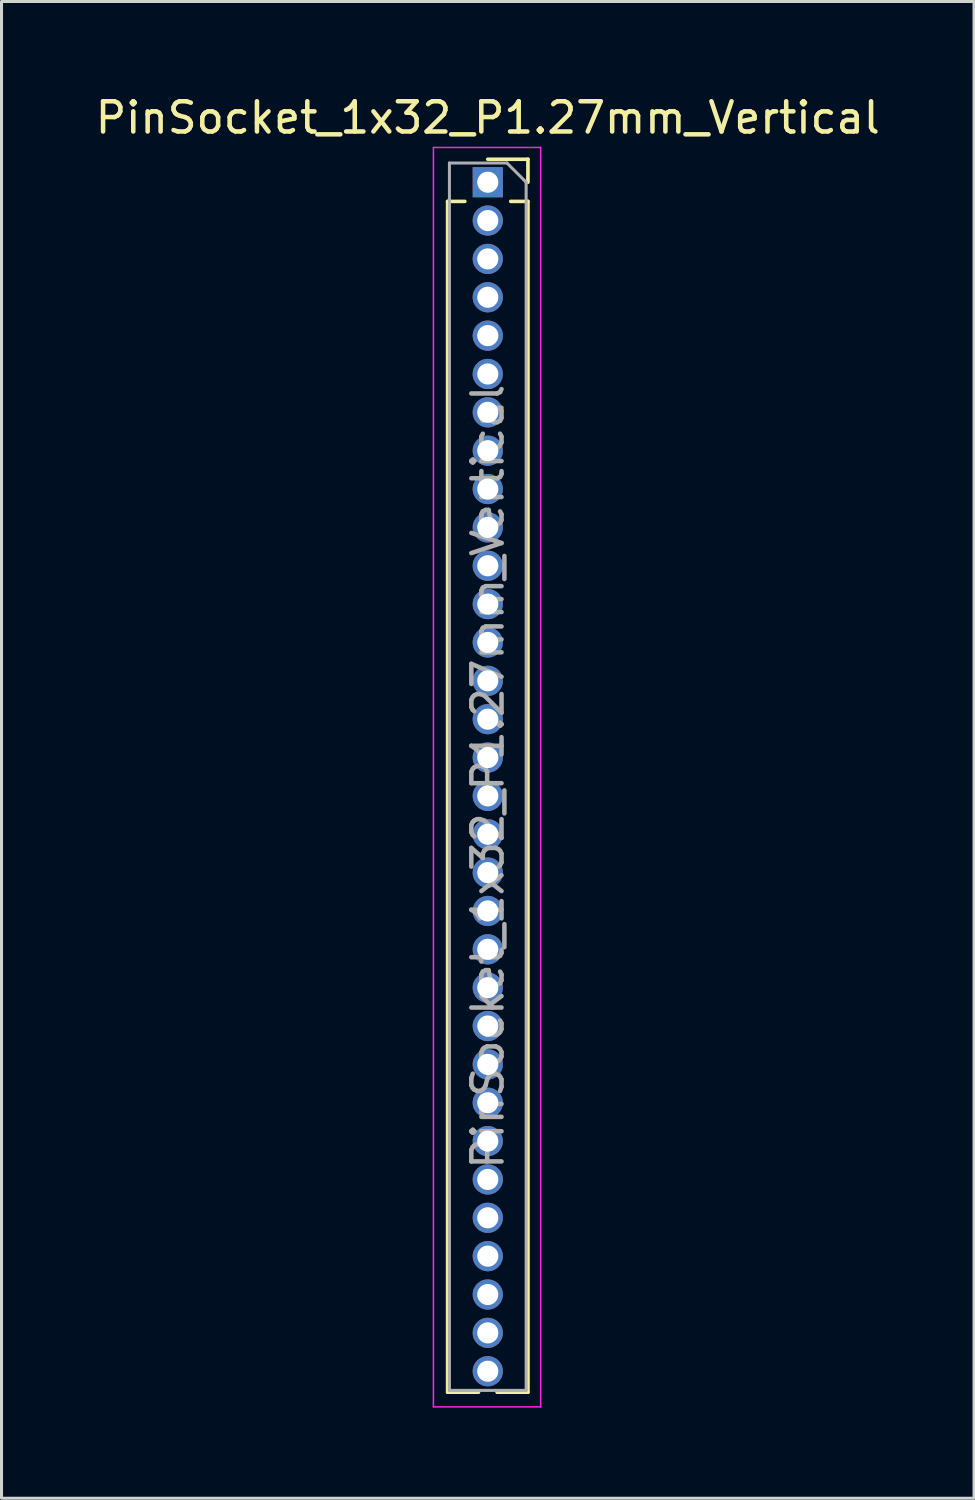
<source format=kicad_pcb>
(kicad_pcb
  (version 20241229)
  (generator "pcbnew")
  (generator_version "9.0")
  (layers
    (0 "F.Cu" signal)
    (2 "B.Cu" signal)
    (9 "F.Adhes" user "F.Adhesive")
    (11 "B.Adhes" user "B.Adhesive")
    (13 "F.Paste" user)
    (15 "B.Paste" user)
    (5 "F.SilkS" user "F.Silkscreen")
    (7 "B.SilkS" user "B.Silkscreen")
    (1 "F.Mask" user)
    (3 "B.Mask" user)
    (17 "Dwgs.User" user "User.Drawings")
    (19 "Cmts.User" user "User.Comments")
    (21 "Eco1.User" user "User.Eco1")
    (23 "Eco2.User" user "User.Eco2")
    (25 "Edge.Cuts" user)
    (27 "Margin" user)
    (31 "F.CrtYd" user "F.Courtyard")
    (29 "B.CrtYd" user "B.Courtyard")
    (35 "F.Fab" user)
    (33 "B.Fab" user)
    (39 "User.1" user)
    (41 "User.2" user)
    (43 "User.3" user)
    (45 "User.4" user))
  (footprint "PinSocket_1x32_P1.27mm_Vertical"
    (layer "F.Cu")
    (at 13.101 2.983)
    (property "Reference" "PinSocket_1x32_P1.27mm_Vertical" (at 0 -2.135 0) (layer "F.SilkS") (effects (font (size 1 1) (thickness 0.15))))
    (attr through_hole)
    (fp_line (start -1.33 0.635) (end -1.33 40.065) (stroke (width 0.12) (type solid)) (layer "F.SilkS"))
    (fp_line (start -1.33 0.635) (end -0.76 0.635) (stroke (width 0.12) (type solid)) (layer "F.SilkS"))
    (fp_line (start -1.33 40.065) (end -0.308 40.065) (stroke (width 0.12) (type solid)) (layer "F.SilkS"))
    (fp_line (start 0 -0.76) (end 1.33 -0.76) (stroke (width 0.12) (type solid)) (layer "F.SilkS"))
    (fp_line (start 0.308 40.065) (end 1.33 40.065) (stroke (width 0.12) (type solid)) (layer "F.SilkS"))
    (fp_line (start 0.76 0.635) (end 1.33 0.635) (stroke (width 0.12) (type solid)) (layer "F.SilkS"))
    (fp_line (start 1.33 -0.76) (end 1.33 0) (stroke (width 0.12) (type solid)) (layer "F.SilkS"))
    (fp_line (start 1.33 0.635) (end 1.33 40.065) (stroke (width 0.12) (type solid)) (layer "F.SilkS"))
    (fp_line (start -1.8 -1.15) (end 1.75 -1.15) (stroke (width 0.05) (type solid)) (layer "F.CrtYd"))
    (fp_line (start -1.8 40.55) (end -1.8 -1.15) (stroke (width 0.05) (type solid)) (layer "F.CrtYd"))
    (fp_line (start 1.75 -1.15) (end 1.75 40.55) (stroke (width 0.05) (type solid)) (layer "F.CrtYd"))
    (fp_line (start 1.75 40.55) (end -1.8 40.55) (stroke (width 0.05) (type solid)) (layer "F.CrtYd"))
    (fp_line (start -1.27 -0.635) (end 0.635 -0.635) (stroke (width 0.1) (type solid)) (layer "F.Fab"))
    (fp_line (start -1.27 40.005) (end -1.27 -0.635) (stroke (width 0.1) (type solid)) (layer "F.Fab"))
    (fp_line (start 0.635 -0.635) (end 1.27 0) (stroke (width 0.1) (type solid)) (layer "F.Fab"))
    (fp_line (start 1.27 0) (end 1.27 40.005) (stroke (width 0.1) (type solid)) (layer "F.Fab"))
    (fp_line (start 1.27 40.005) (end -1.27 40.005) (stroke (width 0.1) (type solid)) (layer "F.Fab"))
    (fp_text user "${REFERENCE}" (at 0 19.685 90) (layer "F.Fab") (effects (font (size 1 1) (thickness 0.15))))
    (pad "1" thru_hole rect (at 0 0) (size 1 1) (drill 0.7) (layers "*.Cu" "*.Mask"))
    (pad "2" thru_hole oval (at 0 1.27) (size 1 1) (drill 0.7) (layers "*.Cu" "*.Mask"))
    (pad "3" thru_hole oval (at 0 2.54) (size 1 1) (drill 0.7) (layers "*.Cu" "*.Mask"))
    (pad "4" thru_hole oval (at 0 3.81) (size 1 1) (drill 0.7) (layers "*.Cu" "*.Mask"))
    (pad "5" thru_hole oval (at 0 5.08) (size 1 1) (drill 0.7) (layers "*.Cu" "*.Mask"))
    (pad "6" thru_hole oval (at 0 6.35) (size 1 1) (drill 0.7) (layers "*.Cu" "*.Mask"))
    (pad "7" thru_hole oval (at 0 7.62) (size 1 1) (drill 0.7) (layers "*.Cu" "*.Mask"))
    (pad "8" thru_hole oval (at 0 8.89) (size 1 1) (drill 0.7) (layers "*.Cu" "*.Mask"))
    (pad "9" thru_hole oval (at 0 10.16) (size 1 1) (drill 0.7) (layers "*.Cu" "*.Mask"))
    (pad "10" thru_hole oval (at 0 11.43) (size 1 1) (drill 0.7) (layers "*.Cu" "*.Mask"))
    (pad "11" thru_hole oval (at 0 12.7) (size 1 1) (drill 0.7) (layers "*.Cu" "*.Mask"))
    (pad "12" thru_hole oval (at 0 13.97) (size 1 1) (drill 0.7) (layers "*.Cu" "*.Mask"))
    (pad "13" thru_hole oval (at 0 15.24) (size 1 1) (drill 0.7) (layers "*.Cu" "*.Mask"))
    (pad "14" thru_hole oval (at 0 16.51) (size 1 1) (drill 0.7) (layers "*.Cu" "*.Mask"))
    (pad "15" thru_hole oval (at 0 17.78) (size 1 1) (drill 0.7) (layers "*.Cu" "*.Mask"))
    (pad "16" thru_hole oval (at 0 19.05) (size 1 1) (drill 0.7) (layers "*.Cu" "*.Mask"))
    (pad "17" thru_hole oval (at 0 20.32) (size 1 1) (drill 0.7) (layers "*.Cu" "*.Mask"))
    (pad "18" thru_hole oval (at 0 21.59) (size 1 1) (drill 0.7) (layers "*.Cu" "*.Mask"))
    (pad "19" thru_hole oval (at 0 22.86) (size 1 1) (drill 0.7) (layers "*.Cu" "*.Mask"))
    (pad "20" thru_hole oval (at 0 24.13) (size 1 1) (drill 0.7) (layers "*.Cu" "*.Mask"))
    (pad "21" thru_hole oval (at 0 25.4) (size 1 1) (drill 0.7) (layers "*.Cu" "*.Mask"))
    (pad "22" thru_hole oval (at 0 26.67) (size 1 1) (drill 0.7) (layers "*.Cu" "*.Mask"))
    (pad "23" thru_hole oval (at 0 27.94) (size 1 1) (drill 0.7) (layers "*.Cu" "*.Mask"))
    (pad "24" thru_hole oval (at 0 29.21) (size 1 1) (drill 0.7) (layers "*.Cu" "*.Mask"))
    (pad "25" thru_hole oval (at 0 30.48) (size 1 1) (drill 0.7) (layers "*.Cu" "*.Mask"))
    (pad "26" thru_hole oval (at 0 31.75) (size 1 1) (drill 0.7) (layers "*.Cu" "*.Mask"))
    (pad "27" thru_hole oval (at 0 33.02) (size 1 1) (drill 0.7) (layers "*.Cu" "*.Mask"))
    (pad "28" thru_hole oval (at 0 34.29) (size 1 1) (drill 0.7) (layers "*.Cu" "*.Mask"))
    (pad "29" thru_hole oval (at 0 35.56) (size 1 1) (drill 0.7) (layers "*.Cu" "*.Mask"))
    (pad "30" thru_hole oval (at 0 36.83) (size 1 1) (drill 0.7) (layers "*.Cu" "*.Mask"))
    (pad "31" thru_hole oval (at 0 38.1) (size 1 1) (drill 0.7) (layers "*.Cu" "*.Mask"))
    (pad "32" thru_hole oval (at 0 39.37) (size 1 1) (drill 0.7) (layers "*.Cu" "*.Mask")))
  (gr_rect
    (start -3 -3)
    (end 29.202 46.558)
    (stroke (width 0.1) (type default))
    (fill no)
    (layer "Edge.Cuts")))
</source>
